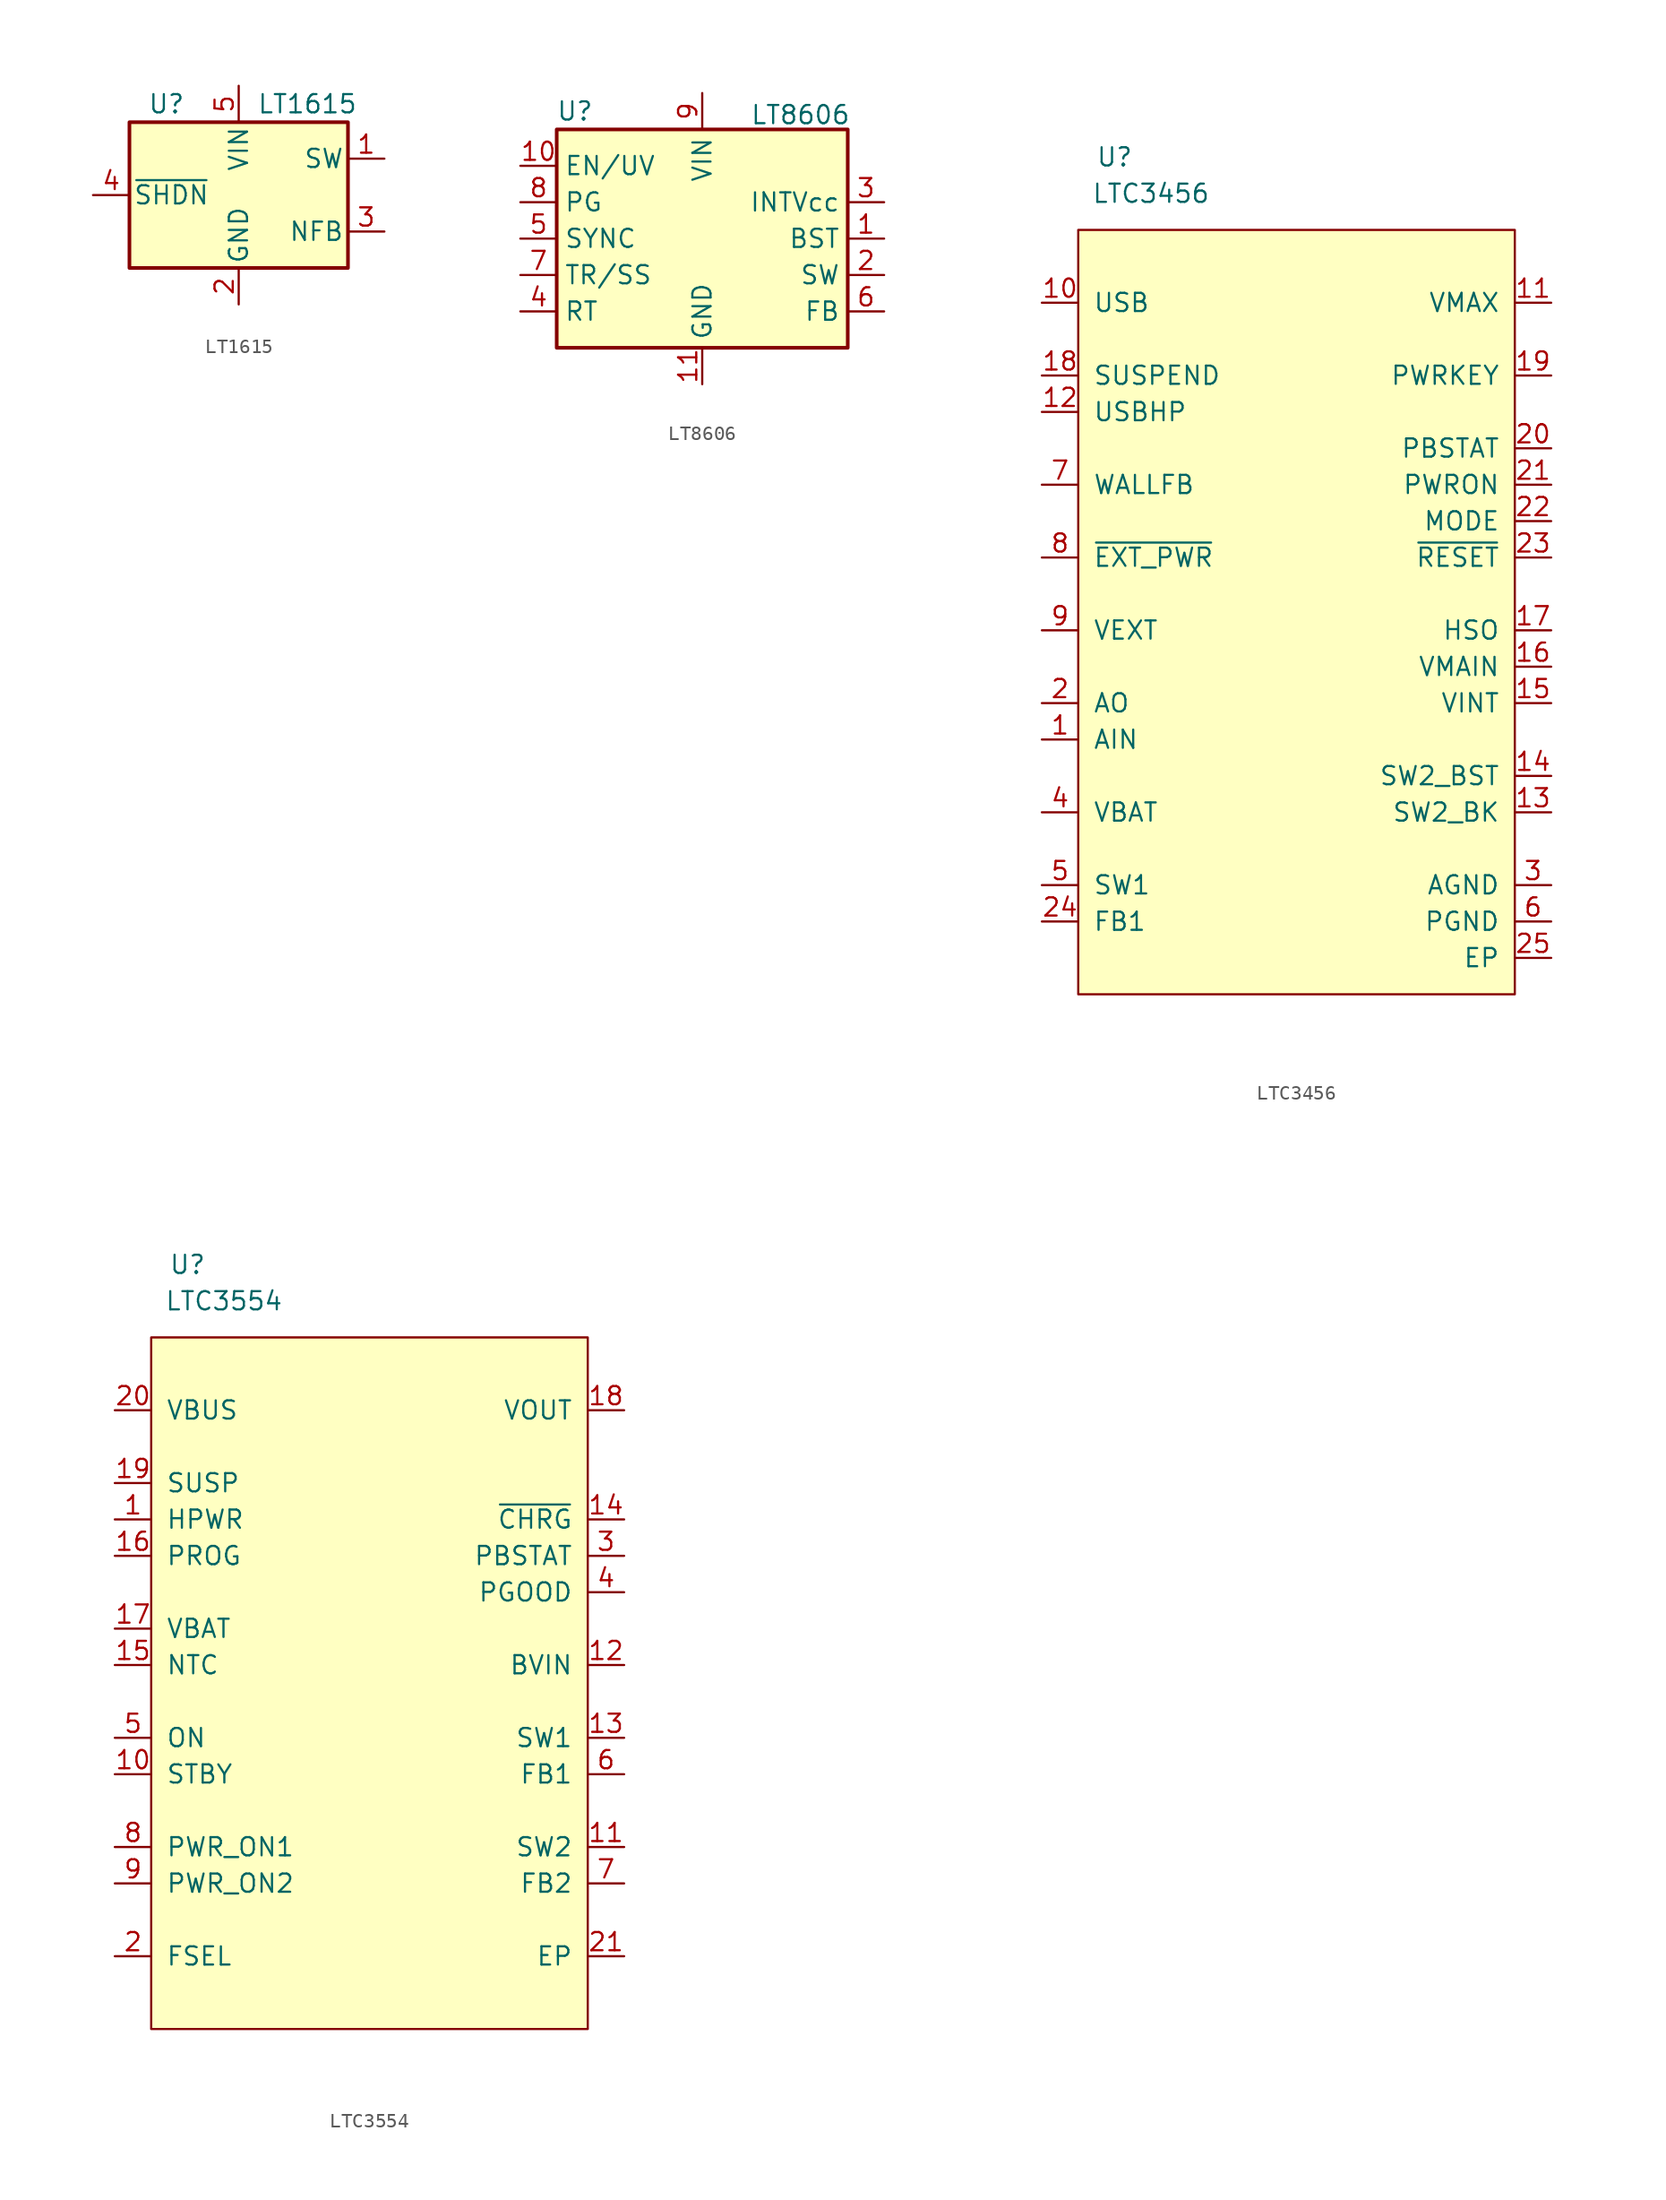
<source format=kicad_sym>
(kicad_symbol_lib
  (version 20231120)
  (generator "kicad_symbol_editor")
  (generator_version "8.0")
  (symbol "LT1615"
    (pin_names
      (offset 0.254))
    (property "Reference" "U"
      (at -6.35 6.35 0)
      (effects (font (size 1.27 1.27)) (justify left)))
    (property "Value" "LT1615"
      (at 1.27 6.35 0)
      (effects (font (size 1.27 1.27)) (justify left)))
    (symbol "LT1615_0_1"
      (rectangle (start -7.62 5.08) (end 7.62 -5.08) (stroke (width 0.254) (type default)) (fill (type background))))
    (symbol "LT1615_1_1"
      (pin output line (at 10.16 2.54 180) (length 2.54) (name "SW" (effects (font (size 1.27 1.27)))) (number "1" (effects (font (size 1.27 1.27)))))
      (pin power_in line (at 0 -7.62 90) (length 2.54) (name "GND" (effects (font (size 1.27 1.27)))) (number "2" (effects (font (size 1.27 1.27)))))
      (pin input line (at 10.16 -2.54 180) (length 2.54) (name "NFB" (effects (font (size 1.27 1.27)))) (number "3" (effects (font (size 1.27 1.27)))))
      (pin input line (at -10.16 0 0) (length 2.54) (name "~{SHDN}" (effects (font (size 1.27 1.27)))) (number "4" (effects (font (size 1.27 1.27)))))
      (pin power_in line (at 0 7.62 270) (length 2.54) (name "VIN" (effects (font (size 1.27 1.27)))) (number "5" (effects (font (size 1.27 1.27)))))))
  (symbol "LT8606"
    (property "Reference" "U"
      (at -8.89 8.89 0)
      (effects (font (size 1.27 1.27))))
    (property "Value" "LT8606"
      (at 6.858 8.636 0)
      (effects (font (size 1.27 1.27))))
    (symbol "LT8606_0_1"
      (rectangle (start -10.16 7.62) (end 10.16 -7.62) (stroke (width 0.254) (type default)) (fill (type background))))
    (symbol "LT8606_1_1"
      (pin input line (at 12.7 0 180) (length 2.54) (name "BST" (effects (font (size 1.27 1.27)))) (number "1" (effects (font (size 1.27 1.27)))))
      (pin input line (at -12.7 5.08 0) (length 2.54) (name "EN/UV" (effects (font (size 1.27 1.27)))) (number "10" (effects (font (size 1.27 1.27)))))
      (pin power_out line (at 0 -10.16 90) (length 2.54) (name "GND" (effects (font (size 1.27 1.27)))) (number "11" (effects (font (size 1.27 1.27)))))
      (pin output line (at 12.7 -2.54 180) (length 2.54) (name "SW" (effects (font (size 1.27 1.27)))) (number "2" (effects (font (size 1.27 1.27)))))
      (pin passive line (at 12.7 2.54 180) (length 2.54) (name "INTVcc" (effects (font (size 1.27 1.27)))) (number "3" (effects (font (size 1.27 1.27)))))
      (pin passive line (at -12.7 -5.08 0) (length 2.54) (name "RT" (effects (font (size 1.27 1.27)))) (number "4" (effects (font (size 1.27 1.27)))))
      (pin input line (at -12.7 0 0) (length 2.54) (name "SYNC" (effects (font (size 1.27 1.27)))) (number "5" (effects (font (size 1.27 1.27)))))
      (pin input line (at 12.7 -5.08 180) (length 2.54) (name "FB" (effects (font (size 1.27 1.27)))) (number "6" (effects (font (size 1.27 1.27)))))
      (pin input line (at -12.7 -2.54 0) (length 2.54) (name "TR/SS" (effects (font (size 1.27 1.27)))) (number "7" (effects (font (size 1.27 1.27)))))
      (pin open_collector line (at -12.7 2.54 0) (length 2.54) (name "PG" (effects (font (size 1.27 1.27)))) (number "8" (effects (font (size 1.27 1.27)))))
      (pin power_in line (at 0 10.16 270) (length 2.54) (name "VIN" (effects (font (size 1.27 1.27)))) (number "9" (effects (font (size 1.27 1.27)))))))
  (symbol "LTC3456"
    (pin_names
      (offset 1.016))
    (property "Reference" "U"
      (at -12.7 27.94 0)
      (effects (font (size 1.27 1.27))))
    (property "Value" "LTC3456"
      (at -10.16 25.4 0)
      (effects (font (size 1.27 1.27))))
    (symbol "LTC3456_0_1"
      (rectangle (start -15.24 22.86) (end 15.24 -30.48) (stroke (width 0) (type default)) (fill (type background))))
    (symbol "LTC3456_1_1"
      (pin input line (at -17.78 -12.7 0) (length 2.54) (name "AIN" (effects (font (size 1.27 1.27)))) (number "1" (effects (font (size 1.27 1.27)))))
      (pin power_in line (at -17.78 17.78 0) (length 2.54) (name "USB" (effects (font (size 1.27 1.27)))) (number "10" (effects (font (size 1.27 1.27)))))
      (pin output line (at 17.78 17.78 180) (length 2.54) (name "VMAX" (effects (font (size 1.27 1.27)))) (number "11" (effects (font (size 1.27 1.27)))))
      (pin input line (at -17.78 10.16 0) (length 2.54) (name "USBHP" (effects (font (size 1.27 1.27)))) (number "12" (effects (font (size 1.27 1.27)))))
      (pin power_in line (at 17.78 -17.78 180) (length 2.54) (name "SW2_BK" (effects (font (size 1.27 1.27)))) (number "13" (effects (font (size 1.27 1.27)))))
      (pin power_in line (at 17.78 -15.24 180) (length 2.54) (name "SW2_BST" (effects (font (size 1.27 1.27)))) (number "14" (effects (font (size 1.27 1.27)))))
      (pin power_out line (at 17.78 -10.16 180) (length 2.54) (name "VINT" (effects (font (size 1.27 1.27)))) (number "15" (effects (font (size 1.27 1.27)))))
      (pin power_out line (at 17.78 -7.62 180) (length 2.54) (name "VMAIN" (effects (font (size 1.27 1.27)))) (number "16" (effects (font (size 1.27 1.27)))))
      (pin power_out line (at 17.78 -5.08 180) (length 2.54) (name "HSO" (effects (font (size 1.27 1.27)))) (number "17" (effects (font (size 1.27 1.27)))))
      (pin input line (at -17.78 12.7 0) (length 2.54) (name "SUSPEND" (effects (font (size 1.27 1.27)))) (number "18" (effects (font (size 1.27 1.27)))))
      (pin input line (at 17.78 12.7 180) (length 2.54) (name "PWRKEY" (effects (font (size 1.27 1.27)))) (number "19" (effects (font (size 1.27 1.27)))))
      (pin output line (at -17.78 -10.16 0) (length 2.54) (name "AO" (effects (font (size 1.27 1.27)))) (number "2" (effects (font (size 1.27 1.27)))))
      (pin output line (at 17.78 7.62 180) (length 2.54) (name "PBSTAT" (effects (font (size 1.27 1.27)))) (number "20" (effects (font (size 1.27 1.27)))))
      (pin input line (at 17.78 5.08 180) (length 2.54) (name "PWRON" (effects (font (size 1.27 1.27)))) (number "21" (effects (font (size 1.27 1.27)))))
      (pin input line (at 17.78 2.54 180) (length 2.54) (name "MODE" (effects (font (size 1.27 1.27)))) (number "22" (effects (font (size 1.27 1.27)))))
      (pin input line (at 17.78 0 180) (length 2.54) (name "~{RESET}" (effects (font (size 1.27 1.27)))) (number "23" (effects (font (size 1.27 1.27)))))
      (pin input line (at -17.78 -25.4 0) (length 2.54) (name "FB1" (effects (font (size 1.27 1.27)))) (number "24" (effects (font (size 1.27 1.27)))))
      (pin power_in line (at 17.78 -27.94 180) (length 2.54) (name "EP" (effects (font (size 1.27 1.27)))) (number "25" (effects (font (size 1.27 1.27)))))
      (pin power_in line (at 17.78 -22.86 180) (length 2.54) (name "AGND" (effects (font (size 1.27 1.27)))) (number "3" (effects (font (size 1.27 1.27)))))
      (pin power_in line (at -17.78 -17.78 0) (length 2.54) (name "VBAT" (effects (font (size 1.27 1.27)))) (number "4" (effects (font (size 1.27 1.27)))))
      (pin power_out line (at -17.78 -22.86 0) (length 2.54) (name "SW1" (effects (font (size 1.27 1.27)))) (number "5" (effects (font (size 1.27 1.27)))))
      (pin power_in line (at 17.78 -25.4 180) (length 2.54) (name "PGND" (effects (font (size 1.27 1.27)))) (number "6" (effects (font (size 1.27 1.27)))))
      (pin input line (at -17.78 5.08 0) (length 2.54) (name "WALLFB" (effects (font (size 1.27 1.27)))) (number "7" (effects (font (size 1.27 1.27)))))
      (pin input line (at -17.78 0 0) (length 2.54) (name "~{EXT_PWR}" (effects (font (size 1.27 1.27)))) (number "8" (effects (font (size 1.27 1.27)))))
      (pin power_in line (at -17.78 -5.08 0) (length 2.54) (name "VEXT" (effects (font (size 1.27 1.27)))) (number "9" (effects (font (size 1.27 1.27)))))))
  (symbol "LTC3554"
    (pin_names
      (offset 1.016))
    (property "Reference" "U"
      (at -12.7 27.94 0)
      (effects (font (size 1.27 1.27))))
    (property "Value" "LTC3554"
      (at -10.16 25.4 0)
      (effects (font (size 1.27 1.27))))
    (symbol "LTC3554_0_1"
      (rectangle (start -15.24 22.86) (end 15.24 -25.4) (stroke (width 0) (type default)) (fill (type background))))
    (symbol "LTC3554_1_1"
      (pin input line (at -17.78 10.16 0) (length 2.54) (name "HPWR" (effects (font (size 1.27 1.27)))) (number "1" (effects (font (size 1.27 1.27)))))
      (pin input line (at -17.78 -7.62 0) (length 2.54) (name "STBY" (effects (font (size 1.27 1.27)))) (number "10" (effects (font (size 1.27 1.27)))))
      (pin power_in line (at 17.78 -12.7 180) (length 2.54) (name "SW2" (effects (font (size 1.27 1.27)))) (number "11" (effects (font (size 1.27 1.27)))))
      (pin power_in line (at 17.78 0 180) (length 2.54) (name "BVIN" (effects (font (size 1.27 1.27)))) (number "12" (effects (font (size 1.27 1.27)))))
      (pin power_out line (at 17.78 -5.08 180) (length 2.54) (name "SW1" (effects (font (size 1.27 1.27)))) (number "13" (effects (font (size 1.27 1.27)))))
      (pin output line (at 17.78 10.16 180) (length 2.54) (name "~{CHRG}" (effects (font (size 1.27 1.27)))) (number "14" (effects (font (size 1.27 1.27)))))
      (pin input line (at -17.78 0 0) (length 2.54) (name "NTC" (effects (font (size 1.27 1.27)))) (number "15" (effects (font (size 1.27 1.27)))))
      (pin input line (at -17.78 7.62 0) (length 2.54) (name "PROG" (effects (font (size 1.27 1.27)))) (number "16" (effects (font (size 1.27 1.27)))))
      (pin power_in line (at -17.78 2.54 0) (length 2.54) (name "VBAT" (effects (font (size 1.27 1.27)))) (number "17" (effects (font (size 1.27 1.27)))))
      (pin output line (at 17.78 17.78 180) (length 2.54) (name "VOUT" (effects (font (size 1.27 1.27)))) (number "18" (effects (font (size 1.27 1.27)))))
      (pin input line (at -17.78 12.7 0) (length 2.54) (name "SUSP" (effects (font (size 1.27 1.27)))) (number "19" (effects (font (size 1.27 1.27)))))
      (pin input line (at -17.78 -20.32 0) (length 2.54) (name "FSEL" (effects (font (size 1.27 1.27)))) (number "2" (effects (font (size 1.27 1.27)))))
      (pin power_in line (at -17.78 17.78 0) (length 2.54) (name "VBUS" (effects (font (size 1.27 1.27)))) (number "20" (effects (font (size 1.27 1.27)))))
      (pin power_in line (at 17.78 -20.32 180) (length 2.54) (name "EP" (effects (font (size 1.27 1.27)))) (number "21" (effects (font (size 1.27 1.27)))))
      (pin output line (at 17.78 7.62 180) (length 2.54) (name "PBSTAT" (effects (font (size 1.27 1.27)))) (number "3" (effects (font (size 1.27 1.27)))))
      (pin output line (at 17.78 5.08 180) (length 2.54) (name "PGOOD" (effects (font (size 1.27 1.27)))) (number "4" (effects (font (size 1.27 1.27)))))
      (pin input line (at -17.78 -5.08 0) (length 2.54) (name "ON" (effects (font (size 1.27 1.27)))) (number "5" (effects (font (size 1.27 1.27)))))
      (pin input line (at 17.78 -7.62 180) (length 2.54) (name "FB1" (effects (font (size 1.27 1.27)))) (number "6" (effects (font (size 1.27 1.27)))))
      (pin input line (at 17.78 -15.24 180) (length 2.54) (name "FB2" (effects (font (size 1.27 1.27)))) (number "7" (effects (font (size 1.27 1.27)))))
      (pin input line (at -17.78 -12.7 0) (length 2.54) (name "PWR_ON1" (effects (font (size 1.27 1.27)))) (number "8" (effects (font (size 1.27 1.27)))))
      (pin input line (at -17.78 -15.24 0) (length 2.54) (name "PWR_ON2" (effects (font (size 1.27 1.27)))) (number "9" (effects (font (size 1.27 1.27))))))))
</source>
